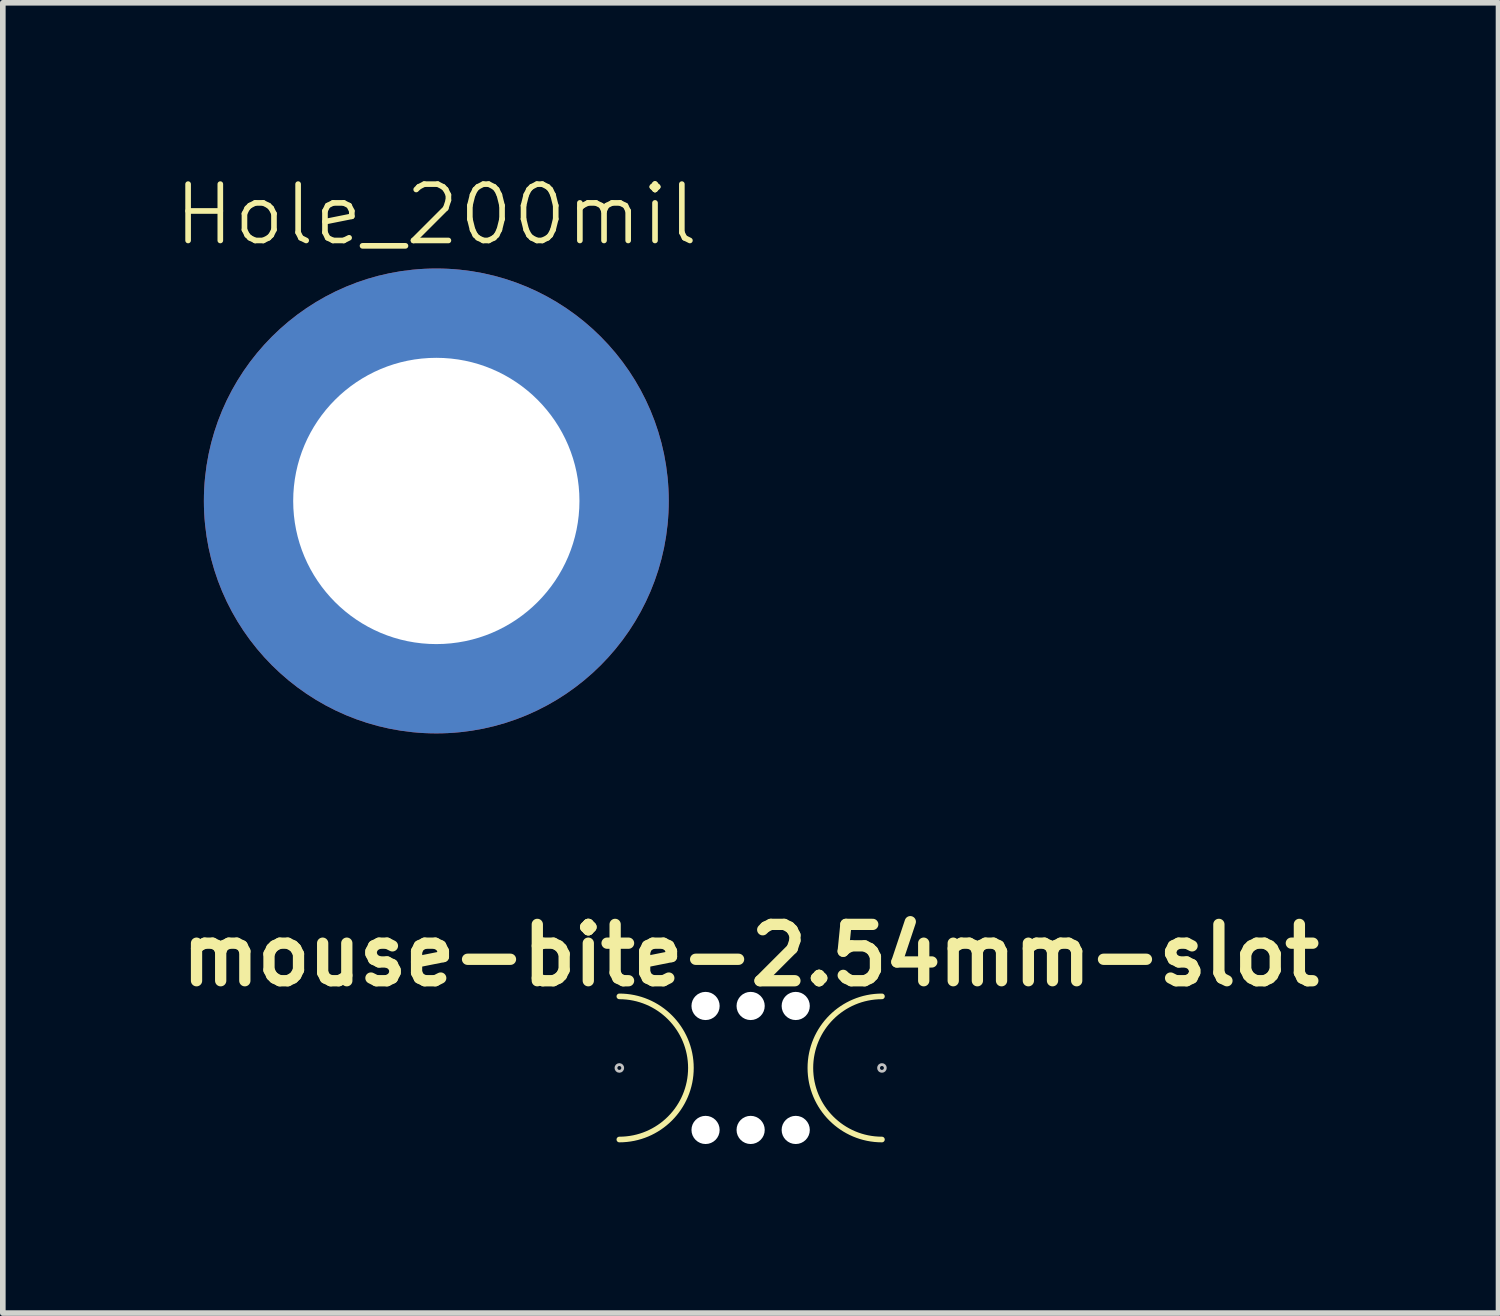
<source format=kicad_pcb>
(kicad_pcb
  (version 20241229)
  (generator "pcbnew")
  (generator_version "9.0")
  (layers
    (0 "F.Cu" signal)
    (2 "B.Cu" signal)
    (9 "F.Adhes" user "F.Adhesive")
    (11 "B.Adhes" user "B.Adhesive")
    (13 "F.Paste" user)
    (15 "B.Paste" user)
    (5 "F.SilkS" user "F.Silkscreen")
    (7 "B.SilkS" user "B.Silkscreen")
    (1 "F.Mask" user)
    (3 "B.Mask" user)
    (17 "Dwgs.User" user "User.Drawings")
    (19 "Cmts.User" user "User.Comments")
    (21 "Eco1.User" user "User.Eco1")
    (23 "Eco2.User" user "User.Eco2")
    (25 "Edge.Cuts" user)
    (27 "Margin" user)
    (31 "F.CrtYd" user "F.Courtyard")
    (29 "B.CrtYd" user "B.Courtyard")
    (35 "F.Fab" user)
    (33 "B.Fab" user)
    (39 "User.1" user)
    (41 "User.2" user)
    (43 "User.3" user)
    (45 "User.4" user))
  (footprint "Hole_200mil"
    (layer "F.Cu")
    (at 4.693 5.84)
    (property "Reference" "Hole_200mil" (at 0 -5.08 0) (unlocked yes) (layer "F.SilkS") (effects (font (size 1 1) (thickness 0.1))))
    (attr smd)
    (pad "1" thru_hole circle (at 0 0) (size 8.25 8.25) (drill 5.08) (layers "*.Cu" "*.Mask")))
  (footprint "mouse-bite-2.54mm-slot"
    (layer "F.Cu")
    (at 10.271 15.902)
    (property "Reference" "mouse-bite-2.54mm-slot" (at 0 -2 0) (layer "F.SilkS") (effects (font (size 1 1) (thickness 0.2))))
    (attr through_hole)
    (fp_arc (start -2.33 -1.27) (mid -1.06 0) (end -2.33 1.27) (stroke (width 0.1) (type solid)) (layer "F.SilkS"))
    (fp_arc (start 2.33 1.27) (mid 1.06 0) (end 2.33 -1.27) (stroke (width 0.1) (type solid)) (layer "F.SilkS"))
    (fp_circle (center -2.33 0) (end -2.27 0) (stroke (width 0.05) (type solid)) (fill no) (layer "Dwgs.User"))
    (fp_circle (center 2.33 0) (end 2.33 -0.06) (stroke (width 0.05) (type solid)) (fill no) (layer "Dwgs.User"))
    (fp_line (start -2.33 0) (end -2.33 0) (stroke (width 2.54) (type solid)) (layer "Eco1.User"))
    (fp_line (start 2.33 0) (end 2.33 0) (stroke (width 2.54) (type solid)) (layer "Eco1.User"))
    (pad "" np_thru_hole circle (at -0.8 -1.1) (size 0.5 0.5) (drill 0.5) (layers "*.Cu" "*.Mask"))
    (pad "" np_thru_hole circle (at -0.8 1.1) (size 0.5 0.5) (drill 0.5) (layers "*.Cu" "*.Mask"))
    (pad "" np_thru_hole circle (at 0 -1.1) (size 0.5 0.5) (drill 0.5) (layers "*.Cu" "*.Mask"))
    (pad "" np_thru_hole circle (at 0 1.1) (size 0.5 0.5) (drill 0.5) (layers "*.Cu" "*.Mask"))
    (pad "" np_thru_hole circle (at 0.8 -1.1) (size 0.5 0.5) (drill 0.5) (layers "*.Cu" "*.Mask"))
    (pad "" np_thru_hole circle (at 0.8 1.1) (size 0.5 0.5) (drill 0.5) (layers "*.Cu" "*.Mask")))
  (gr_rect
    (start -3 -3)
    (end 23.543 20.252)
    (stroke (width 0.1) (type default))
    (fill no)
    (layer "Edge.Cuts")))
</source>
